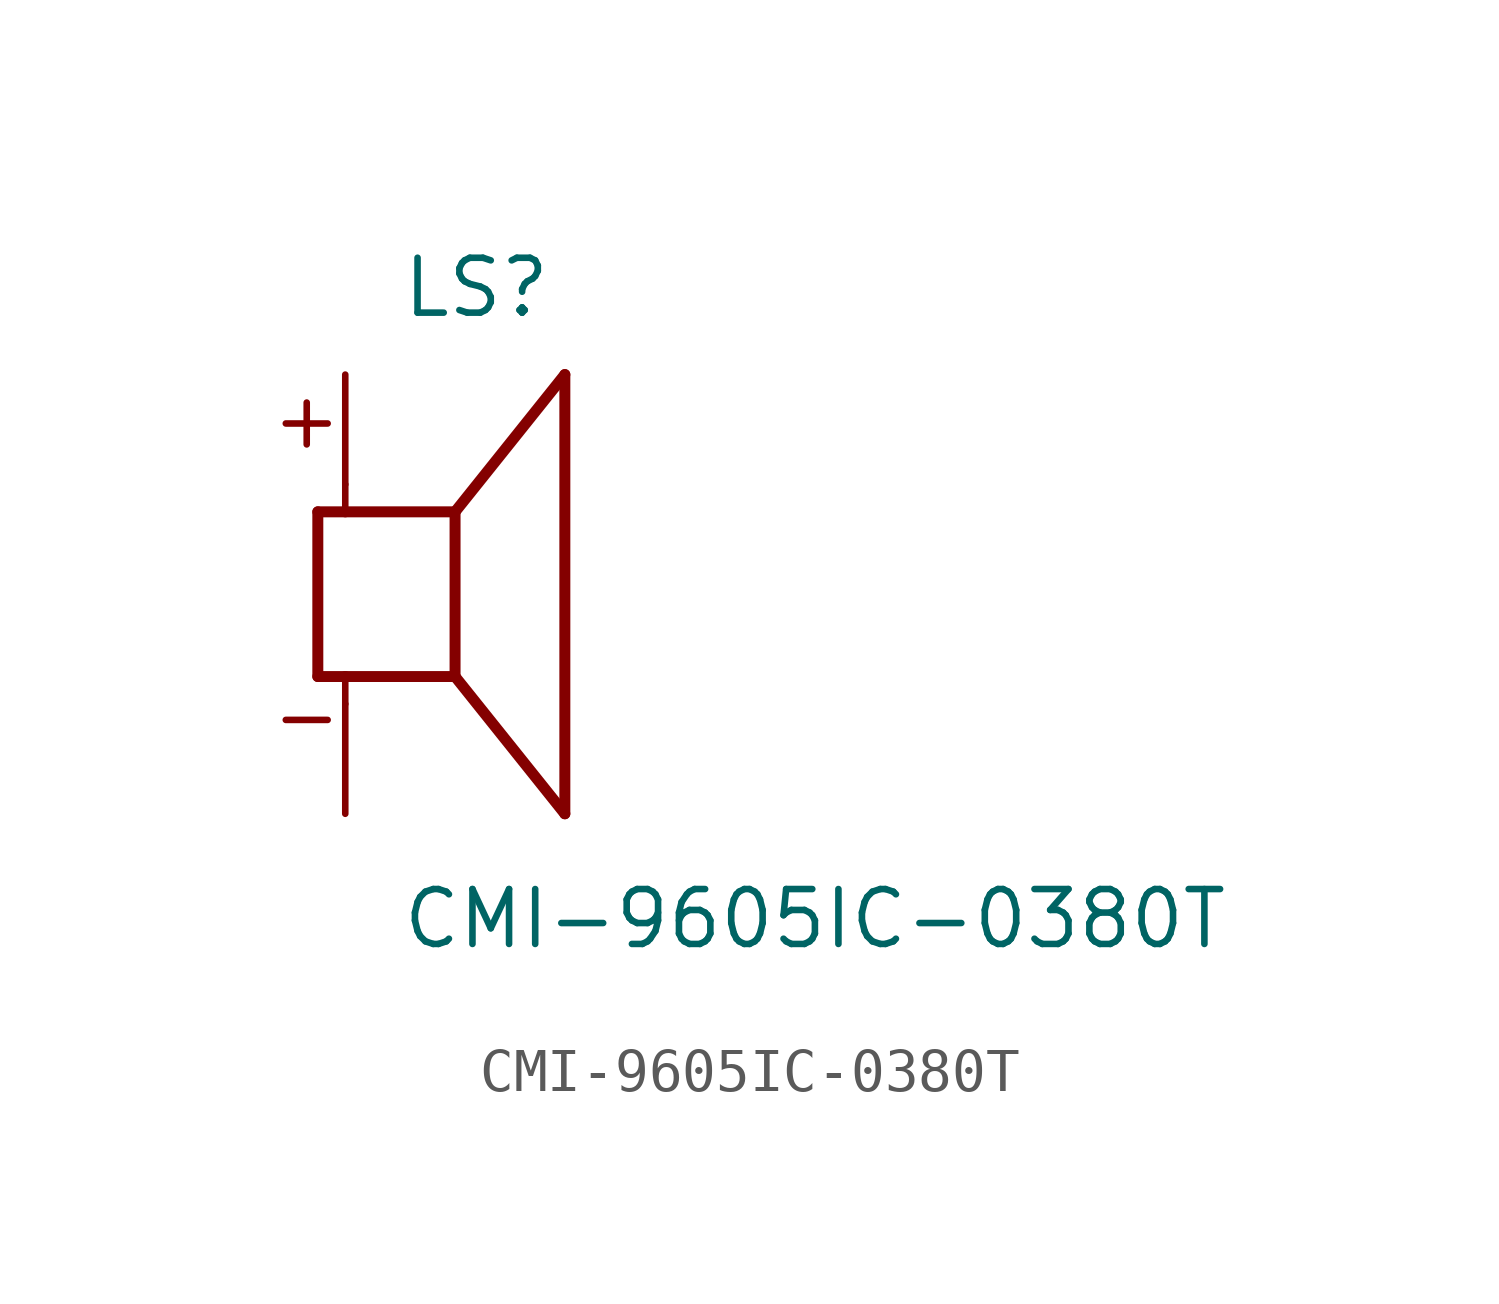
<source format=kicad_sym>
(kicad_symbol_lib
  (version 20220914)
  (generator kicad_symbol_editor)
  (symbol "CMI-9605IC-0380T"
    (pin_numbers hide)
    (pin_names
      (offset 1.016) hide)
    (property "Reference" "LS"
      (at -1.27 6.35 0)
      (effects (font (size 1.27 1.27)) (justify left bottom)))
    (property "Value" "CMI-9605IC-0380T"
      (at -1.27 -8.255 0)
      (effects (font (size 1.27 1.27)) (justify left bottom)))
    (property "ki_locked" ""
      (at 0 0 0)
      (effects (font (size 1.27 1.27))))
    (symbol "CMI-9605IC-0380T_0_0"
      (polyline (pts (xy -3.175 -1.905) (xy -2.54 -1.905)) (stroke (width 0.254) (type solid)) (fill (type none)))
      (polyline (pts (xy -3.175 1.905) (xy -3.175 -1.905)) (stroke (width 0.254) (type solid)) (fill (type none)))
      (polyline (pts (xy -3.175 1.905) (xy -2.54 1.905)) (stroke (width 0.254) (type solid)) (fill (type none)))
      (polyline (pts (xy -2.54 -2.54) (xy -2.54 -1.905)) (stroke (width 0.152) (type solid)) (fill (type none)))
      (polyline (pts (xy -2.54 -1.905) (xy 0 -1.905)) (stroke (width 0.254) (type solid)) (fill (type none)))
      (polyline (pts (xy -2.54 1.905) (xy 0 1.905)) (stroke (width 0.254) (type solid)) (fill (type none)))
      (polyline (pts (xy -2.54 2.54) (xy -2.54 1.905)) (stroke (width 0.152) (type solid)) (fill (type none)))
      (polyline (pts (xy 0 -1.905) (xy 0 1.905)) (stroke (width 0.254) (type solid)) (fill (type none)))
      (polyline (pts (xy 0 -1.905) (xy 2.54 -5.08)) (stroke (width 0.254) (type solid)) (fill (type none)))
      (polyline (pts (xy 0 1.905) (xy 2.54 5.08)) (stroke (width 0.254) (type solid)) (fill (type none)))
      (polyline (pts (xy 2.54 -5.08) (xy 2.54 5.08)) (stroke (width 0.254) (type solid)) (fill (type none)))
      (text "+" (at -4.318 3.302 0) (effects (font (size 1.27 1.27)) (justify left bottom)))
      (text "-" (at -4.318 -3.556 0) (effects (font (size 1.27 1.27)) (justify left bottom)))
      (pin passive line (at -2.54 -5.08 90) (length 2.54) (name "~" (effects (font (size 1.016 1.016)))) (number "N" (effects (font (size 1.016 1.016)))))
      (pin passive line (at -2.54 5.08 270) (length 2.54) (name "~" (effects (font (size 1.016 1.016)))) (number "P" (effects (font (size 1.016 1.016))))))))
</source>
